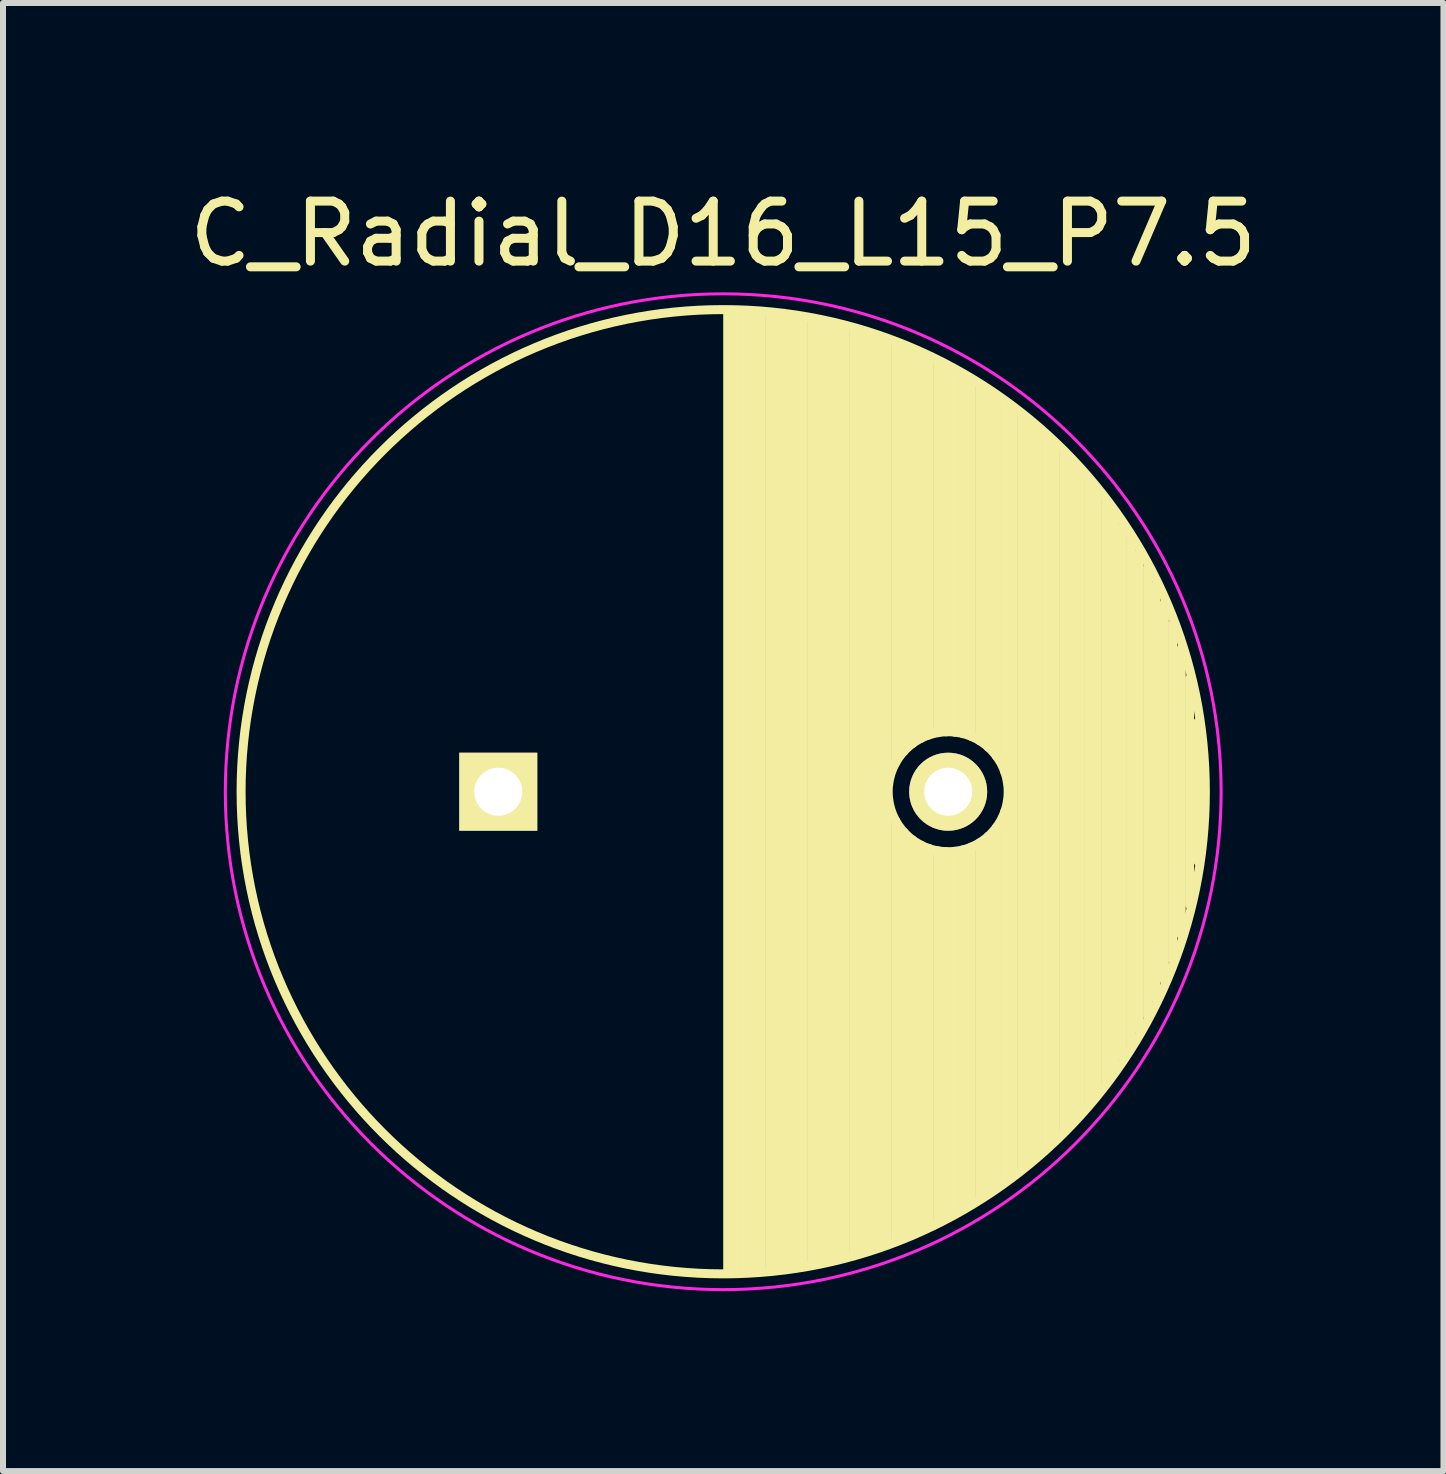
<source format=kicad_pcb>
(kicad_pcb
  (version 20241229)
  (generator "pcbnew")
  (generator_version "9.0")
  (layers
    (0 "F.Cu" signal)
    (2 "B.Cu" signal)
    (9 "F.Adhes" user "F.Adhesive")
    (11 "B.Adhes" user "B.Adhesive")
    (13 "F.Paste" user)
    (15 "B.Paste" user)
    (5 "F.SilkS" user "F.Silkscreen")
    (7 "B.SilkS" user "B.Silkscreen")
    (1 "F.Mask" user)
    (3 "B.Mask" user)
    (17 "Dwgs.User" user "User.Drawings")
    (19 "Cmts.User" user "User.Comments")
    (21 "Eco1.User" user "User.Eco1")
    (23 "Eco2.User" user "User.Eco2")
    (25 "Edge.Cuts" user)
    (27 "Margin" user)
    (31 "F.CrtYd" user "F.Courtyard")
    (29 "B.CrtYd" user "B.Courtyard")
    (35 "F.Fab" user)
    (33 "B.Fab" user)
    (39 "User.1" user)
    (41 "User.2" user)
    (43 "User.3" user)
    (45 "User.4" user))
  (footprint "C_Radial_D16_L15_P7.5"
    (layer "F.Cu")
    (at 5.256 10.148)
    (property "Reference" "C_Radial_D16_L15_P7.5" (at 3.75 -9.3 0) (layer "F.SilkS") (effects (font (size 1 1) (thickness 0.15))))
    (attr through_hole)
    (fp_line (start 3.825 -8) (end 3.825 8) (stroke (width 0.15) (type solid)) (layer "F.SilkS"))
    (fp_line (start 3.965 -7.997) (end 3.965 7.997) (stroke (width 0.15) (type solid)) (layer "F.SilkS"))
    (fp_line (start 4.105 -7.992) (end 4.105 7.992) (stroke (width 0.15) (type solid)) (layer "F.SilkS"))
    (fp_line (start 4.245 -7.985) (end 4.245 7.985) (stroke (width 0.15) (type solid)) (layer "F.SilkS"))
    (fp_line (start 4.385 -7.975) (end 4.385 7.975) (stroke (width 0.15) (type solid)) (layer "F.SilkS"))
    (fp_line (start 4.525 -7.962) (end 4.525 7.962) (stroke (width 0.15) (type solid)) (layer "F.SilkS"))
    (fp_line (start 4.665 -7.948) (end 4.665 7.948) (stroke (width 0.15) (type solid)) (layer "F.SilkS"))
    (fp_line (start 4.805 -7.93) (end 4.805 7.93) (stroke (width 0.15) (type solid)) (layer "F.SilkS"))
    (fp_line (start 4.945 -7.91) (end 4.945 7.91) (stroke (width 0.15) (type solid)) (layer "F.SilkS"))
    (fp_line (start 5.085 -7.888) (end 5.085 7.888) (stroke (width 0.15) (type solid)) (layer "F.SilkS"))
    (fp_line (start 5.225 -7.863) (end 5.225 7.863) (stroke (width 0.15) (type solid)) (layer "F.SilkS"))
    (fp_line (start 5.365 -7.835) (end 5.365 7.835) (stroke (width 0.15) (type solid)) (layer "F.SilkS"))
    (fp_line (start 5.505 -7.805) (end 5.505 7.805) (stroke (width 0.15) (type solid)) (layer "F.SilkS"))
    (fp_line (start 5.645 -7.772) (end 5.645 7.772) (stroke (width 0.15) (type solid)) (layer "F.SilkS"))
    (fp_line (start 5.785 -7.737) (end 5.785 7.737) (stroke (width 0.15) (type solid)) (layer "F.SilkS"))
    (fp_line (start 5.925 -7.699) (end 5.925 7.699) (stroke (width 0.15) (type solid)) (layer "F.SilkS"))
    (fp_line (start 6.065 -7.658) (end 6.065 7.658) (stroke (width 0.15) (type solid)) (layer "F.SilkS"))
    (fp_line (start 6.205 -7.614) (end 6.205 7.614) (stroke (width 0.15) (type solid)) (layer "F.SilkS"))
    (fp_line (start 6.345 -7.567) (end 6.345 7.567) (stroke (width 0.15) (type solid)) (layer "F.SilkS"))
    (fp_line (start 6.485 -7.518) (end 6.485 7.518) (stroke (width 0.15) (type solid)) (layer "F.SilkS"))
    (fp_line (start 6.625 -7.466) (end 6.625 -0.484) (stroke (width 0.15) (type solid)) (layer "F.SilkS"))
    (fp_line (start 6.625 0.484) (end 6.625 7.466) (stroke (width 0.15) (type solid)) (layer "F.SilkS"))
    (fp_line (start 6.765 -7.41) (end 6.765 -0.678) (stroke (width 0.15) (type solid)) (layer "F.SilkS"))
    (fp_line (start 6.765 0.678) (end 6.765 7.41) (stroke (width 0.15) (type solid)) (layer "F.SilkS"))
    (fp_line (start 6.905 -7.352) (end 6.905 -0.804) (stroke (width 0.15) (type solid)) (layer "F.SilkS"))
    (fp_line (start 6.905 0.804) (end 6.905 7.352) (stroke (width 0.15) (type solid)) (layer "F.SilkS"))
    (fp_line (start 7.045 -7.29) (end 7.045 -0.89) (stroke (width 0.15) (type solid)) (layer "F.SilkS"))
    (fp_line (start 7.045 0.89) (end 7.045 7.29) (stroke (width 0.15) (type solid)) (layer "F.SilkS"))
    (fp_line (start 7.185 -7.225) (end 7.185 -0.949) (stroke (width 0.15) (type solid)) (layer "F.SilkS"))
    (fp_line (start 7.185 0.949) (end 7.185 7.225) (stroke (width 0.15) (type solid)) (layer "F.SilkS"))
    (fp_line (start 7.325 -7.157) (end 7.325 -0.985) (stroke (width 0.15) (type solid)) (layer "F.SilkS"))
    (fp_line (start 7.325 0.985) (end 7.325 7.157) (stroke (width 0.15) (type solid)) (layer "F.SilkS"))
    (fp_line (start 7.465 -7.085) (end 7.465 -0.999) (stroke (width 0.15) (type solid)) (layer "F.SilkS"))
    (fp_line (start 7.465 0.999) (end 7.465 7.085) (stroke (width 0.15) (type solid)) (layer "F.SilkS"))
    (fp_line (start 7.605 -7.01) (end 7.605 -0.994) (stroke (width 0.15) (type solid)) (layer "F.SilkS"))
    (fp_line (start 7.605 0.994) (end 7.605 7.01) (stroke (width 0.15) (type solid)) (layer "F.SilkS"))
    (fp_line (start 7.745 -6.931) (end 7.745 -0.97) (stroke (width 0.15) (type solid)) (layer "F.SilkS"))
    (fp_line (start 7.745 0.97) (end 7.745 6.931) (stroke (width 0.15) (type solid)) (layer "F.SilkS"))
    (fp_line (start 7.885 -6.848) (end 7.885 -0.923) (stroke (width 0.15) (type solid)) (layer "F.SilkS"))
    (fp_line (start 7.885 0.923) (end 7.885 6.848) (stroke (width 0.15) (type solid)) (layer "F.SilkS"))
    (fp_line (start 8.025 -6.762) (end 8.025 -0.851) (stroke (width 0.15) (type solid)) (layer "F.SilkS"))
    (fp_line (start 8.025 0.851) (end 8.025 6.762) (stroke (width 0.15) (type solid)) (layer "F.SilkS"))
    (fp_line (start 8.165 -6.671) (end 8.165 -0.747) (stroke (width 0.15) (type solid)) (layer "F.SilkS"))
    (fp_line (start 8.165 0.747) (end 8.165 6.671) (stroke (width 0.15) (type solid)) (layer "F.SilkS"))
    (fp_line (start 8.305 -6.577) (end 8.305 -0.593) (stroke (width 0.15) (type solid)) (layer "F.SilkS"))
    (fp_line (start 8.305 0.593) (end 8.305 6.577) (stroke (width 0.15) (type solid)) (layer "F.SilkS"))
    (fp_line (start 8.445 -6.477) (end 8.445 -0.327) (stroke (width 0.15) (type solid)) (layer "F.SilkS"))
    (fp_line (start 8.445 0.327) (end 8.445 6.477) (stroke (width 0.15) (type solid)) (layer "F.SilkS"))
    (fp_line (start 8.585 -6.374) (end 8.585 6.374) (stroke (width 0.15) (type solid)) (layer "F.SilkS"))
    (fp_line (start 8.725 -6.265) (end 8.725 6.265) (stroke (width 0.15) (type solid)) (layer "F.SilkS"))
    (fp_line (start 8.865 -6.151) (end 8.865 6.151) (stroke (width 0.15) (type solid)) (layer "F.SilkS"))
    (fp_line (start 9.005 -6.032) (end 9.005 6.032) (stroke (width 0.15) (type solid)) (layer "F.SilkS"))
    (fp_line (start 9.145 -5.907) (end 9.145 5.907) (stroke (width 0.15) (type solid)) (layer "F.SilkS"))
    (fp_line (start 9.285 -5.776) (end 9.285 5.776) (stroke (width 0.15) (type solid)) (layer "F.SilkS"))
    (fp_line (start 9.425 -5.639) (end 9.425 5.639) (stroke (width 0.15) (type solid)) (layer "F.SilkS"))
    (fp_line (start 9.565 -5.494) (end 9.565 5.494) (stroke (width 0.15) (type solid)) (layer "F.SilkS"))
    (fp_line (start 9.705 -5.342) (end 9.705 5.342) (stroke (width 0.15) (type solid)) (layer "F.SilkS"))
    (fp_line (start 9.845 -5.182) (end 9.845 5.182) (stroke (width 0.15) (type solid)) (layer "F.SilkS"))
    (fp_line (start 9.985 -5.012) (end 9.985 5.012) (stroke (width 0.15) (type solid)) (layer "F.SilkS"))
    (fp_line (start 10.125 -4.833) (end 10.125 4.833) (stroke (width 0.15) (type solid)) (layer "F.SilkS"))
    (fp_line (start 10.265 -4.643) (end 10.265 4.643) (stroke (width 0.15) (type solid)) (layer "F.SilkS"))
    (fp_line (start 10.405 -4.44) (end 10.405 4.44) (stroke (width 0.15) (type solid)) (layer "F.SilkS"))
    (fp_line (start 10.545 -4.222) (end 10.545 4.222) (stroke (width 0.15) (type solid)) (layer "F.SilkS"))
    (fp_line (start 10.685 -3.988) (end 10.685 3.988) (stroke (width 0.15) (type solid)) (layer "F.SilkS"))
    (fp_line (start 10.825 -3.734) (end 10.825 3.734) (stroke (width 0.15) (type solid)) (layer "F.SilkS"))
    (fp_line (start 10.965 -3.456) (end 10.965 3.456) (stroke (width 0.15) (type solid)) (layer "F.SilkS"))
    (fp_line (start 11.105 -3.147) (end 11.105 3.147) (stroke (width 0.15) (type solid)) (layer "F.SilkS"))
    (fp_line (start 11.245 -2.797) (end 11.245 2.797) (stroke (width 0.15) (type solid)) (layer "F.SilkS"))
    (fp_line (start 11.385 -2.389) (end 11.385 2.389) (stroke (width 0.15) (type solid)) (layer "F.SilkS"))
    (fp_line (start 11.525 -1.884) (end 11.525 1.884) (stroke (width 0.15) (type solid)) (layer "F.SilkS"))
    (fp_line (start 11.665 -1.163) (end 11.665 1.163) (stroke (width 0.15) (type solid)) (layer "F.SilkS"))
    (fp_circle (center 3.75 0) (end 3.75 -8.037) (stroke (width 0.15) (type solid)) (fill no) (layer "F.SilkS"))
    (fp_circle (center 7.5 0) (end 7.5 -1) (stroke (width 0.15) (type solid)) (fill no) (layer "F.SilkS"))
    (fp_circle (center 3.75 0) (end 3.75 -8.3) (stroke (width 0.05) (type solid)) (fill no) (layer "F.CrtYd"))
    (pad "1" thru_hole rect (at 0 0) (size 1.3 1.3) (drill 0.8) (layers "*.Cu" "*.Mask" "F.SilkS"))
    (pad "2" thru_hole circle (at 7.5 0) (size 1.3 1.3) (drill 0.8) (layers "*.Cu" "*.Mask" "F.SilkS")))
  (gr_rect
    (start -3 -3)
    (end 21.012 21.473)
    (stroke (width 0.1) (type default))
    (fill no)
    (layer "Edge.Cuts")))
</source>
